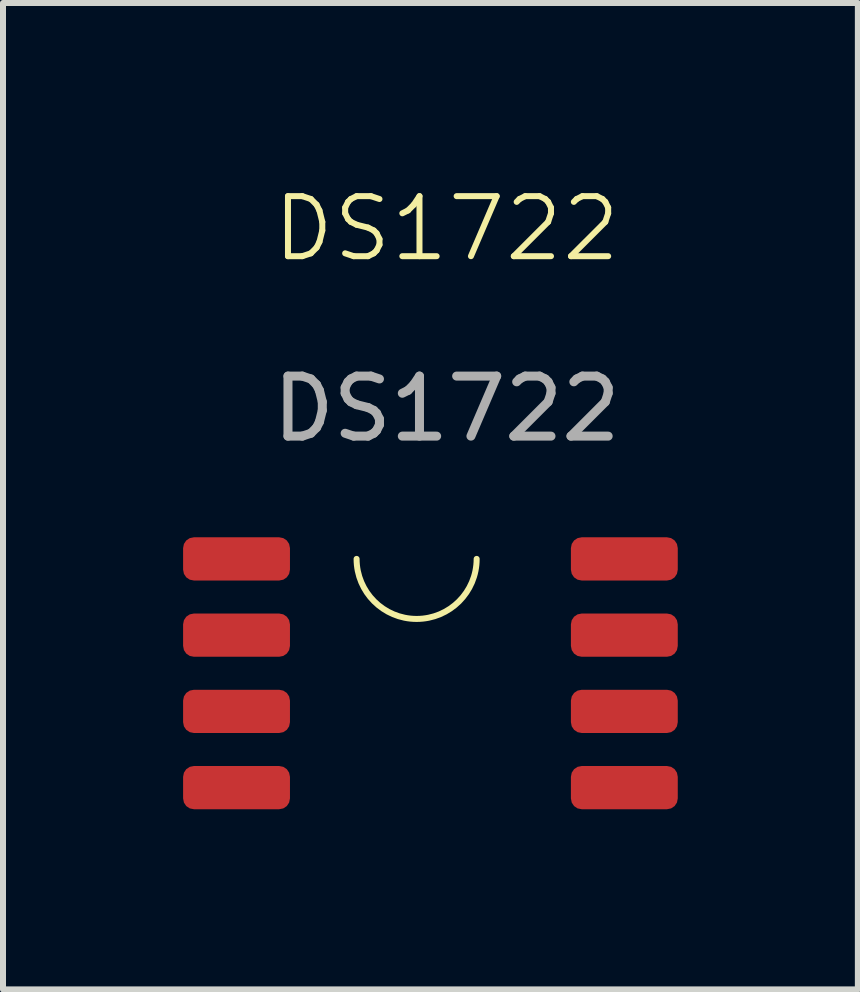
<source format=kicad_pcb>
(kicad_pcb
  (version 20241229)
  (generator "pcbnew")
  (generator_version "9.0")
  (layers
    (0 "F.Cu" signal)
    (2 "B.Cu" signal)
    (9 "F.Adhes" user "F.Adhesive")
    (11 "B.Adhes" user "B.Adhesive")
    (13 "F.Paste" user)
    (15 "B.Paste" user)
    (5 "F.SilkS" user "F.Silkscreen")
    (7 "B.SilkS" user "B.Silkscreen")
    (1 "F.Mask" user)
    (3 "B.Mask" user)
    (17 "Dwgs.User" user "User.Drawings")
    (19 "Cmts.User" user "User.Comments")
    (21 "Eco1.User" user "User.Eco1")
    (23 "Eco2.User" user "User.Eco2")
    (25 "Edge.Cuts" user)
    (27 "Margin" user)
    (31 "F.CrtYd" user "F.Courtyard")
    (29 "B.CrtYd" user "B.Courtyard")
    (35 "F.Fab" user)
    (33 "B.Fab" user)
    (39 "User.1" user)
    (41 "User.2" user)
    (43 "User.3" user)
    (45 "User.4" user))
  (footprint "DS1722"
    (layer "F.Cu")
    (at 5.89 1.26)
    (property "Reference" "DS1722" (at -1.5 -0.5 0) (unlocked yes) (layer "F.SilkS") (effects (font (size 1 1) (thickness 0.1))))
    (attr smd)
    (fp_arc (start -1 5) (mid -2 6) (end -3 5) (stroke (width 0.1) (type default)) (layer "F.SilkS"))
    (fp_text user "${REFERENCE}" (at -1.5 2.5 0) (unlocked yes) (layer "F.Fab") (effects (font (size 1 1) (thickness 0.15))))
    (pad "1" smd roundrect (at -5 5) (size 1.78 0.72) (layers "F.Cu" "F.Mask" "F.Paste") (roundrect_rratio 0.25))
    (pad "2" smd roundrect (at -5 6.27) (size 1.78 0.72) (layers "F.Cu" "F.Mask" "F.Paste") (roundrect_rratio 0.25))
    (pad "3" smd roundrect (at -5 7.54) (size 1.78 0.72) (layers "F.Cu" "F.Mask" "F.Paste") (roundrect_rratio 0.25))
    (pad "4" smd roundrect (at -5 8.81) (size 1.78 0.72) (layers "F.Cu" "F.Mask" "F.Paste") (roundrect_rratio 0.25))
    (pad "5" smd roundrect (at 1.46 8.81) (size 1.78 0.72) (layers "F.Cu" "F.Mask" "F.Paste") (roundrect_rratio 0.25))
    (pad "6" smd roundrect (at 1.46 7.54) (size 1.78 0.72) (layers "F.Cu" "F.Mask" "F.Paste") (roundrect_rratio 0.25))
    (pad "7" smd roundrect (at 1.46 6.27) (size 1.78 0.72) (layers "F.Cu" "F.Mask" "F.Paste") (roundrect_rratio 0.25))
    (pad "8" smd roundrect (at 1.46 5) (size 1.78 0.72) (layers "F.Cu" "F.Mask" "F.Paste") (roundrect_rratio 0.25)))
  (gr_rect
    (start -3 -3)
    (end 11.24 13.431)
    (stroke (width 0.1) (type default))
    (fill no)
    (layer "Edge.Cuts")))
</source>
